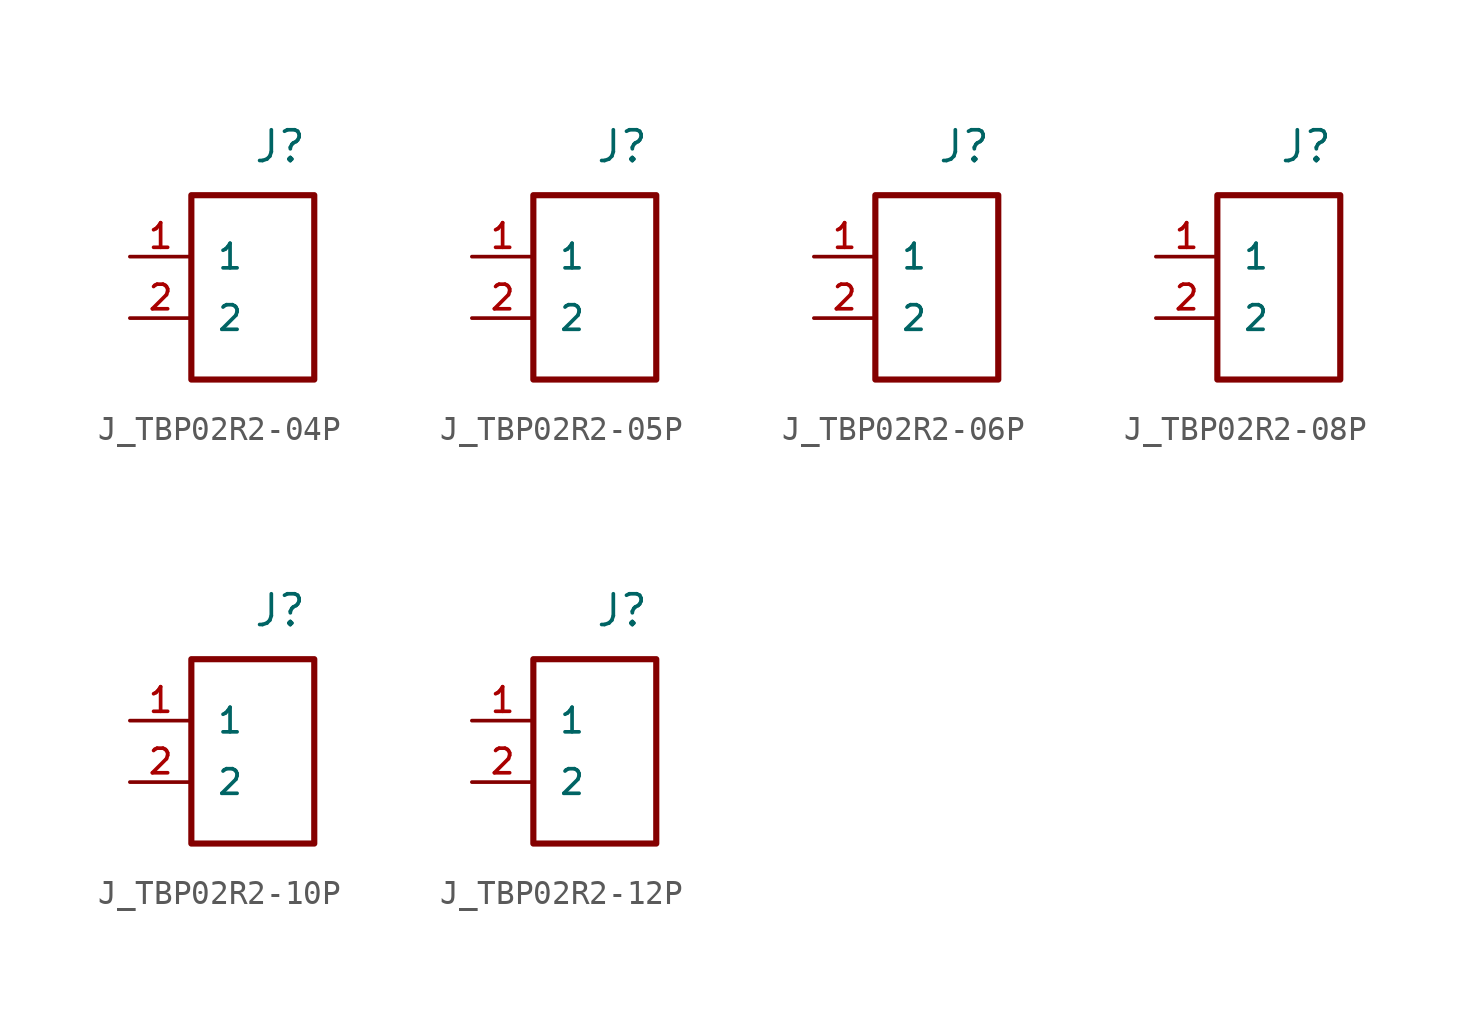
<source format=kicad_sym>
(kicad_symbol_lib
  (version 20231120)
  (generator "kicad_symbol_editor")
  (generator_version "8.0")
  (symbol "J_TBP02R2-04P"
    (pin_names
      (offset 1.016))
    (property "Reference" "J"
      (at 0 5.08 0)
      (effects (font (size 1.27 1.27)) (justify left bottom)))
    (symbol "J_TBP02R2-04P_0_0"
      (pin passive line (at -5.08 1.27 0) (length 2.54) (name "1" (effects (font (size 1.016 1.016)))) (number "1" (effects (font (size 1.016 1.016)))))
      (pin passive line (at -5.08 -1.27 0) (length 2.54) (name "2" (effects (font (size 1.016 1.016)))) (number "2" (effects (font (size 1.016 1.016))))))
    (symbol "J_TBP02R2-04P_1_0"
      (rectangle (start -2.54 3.81) (end 2.54 -3.81) (stroke (width 0.254) (type solid)) (fill (type none)))))
  (symbol "J_TBP02R2-05P"
    (pin_names
      (offset 1.016))
    (property "Reference" "J"
      (at 0 5.08 0)
      (effects (font (size 1.27 1.27)) (justify left bottom)))
    (symbol "J_TBP02R2-05P_0_0"
      (pin passive line (at -5.08 1.27 0) (length 2.54) (name "1" (effects (font (size 1.016 1.016)))) (number "1" (effects (font (size 1.016 1.016)))))
      (pin passive line (at -5.08 -1.27 0) (length 2.54) (name "2" (effects (font (size 1.016 1.016)))) (number "2" (effects (font (size 1.016 1.016))))))
    (symbol "J_TBP02R2-05P_1_0"
      (rectangle (start -2.54 3.81) (end 2.54 -3.81) (stroke (width 0.254) (type solid)) (fill (type none)))))
  (symbol "J_TBP02R2-06P"
    (pin_names
      (offset 1.016))
    (property "Reference" "J"
      (at 0 5.08 0)
      (effects (font (size 1.27 1.27)) (justify left bottom)))
    (symbol "J_TBP02R2-06P_0_0"
      (pin passive line (at -5.08 1.27 0) (length 2.54) (name "1" (effects (font (size 1.016 1.016)))) (number "1" (effects (font (size 1.016 1.016)))))
      (pin passive line (at -5.08 -1.27 0) (length 2.54) (name "2" (effects (font (size 1.016 1.016)))) (number "2" (effects (font (size 1.016 1.016))))))
    (symbol "J_TBP02R2-06P_1_0"
      (rectangle (start -2.54 3.81) (end 2.54 -3.81) (stroke (width 0.254) (type solid)) (fill (type none)))))
  (symbol "J_TBP02R2-08P"
    (pin_names
      (offset 1.016))
    (property "Reference" "J"
      (at 0 5.08 0)
      (effects (font (size 1.27 1.27)) (justify left bottom)))
    (symbol "J_TBP02R2-08P_0_0"
      (pin passive line (at -5.08 1.27 0) (length 2.54) (name "1" (effects (font (size 1.016 1.016)))) (number "1" (effects (font (size 1.016 1.016)))))
      (pin passive line (at -5.08 -1.27 0) (length 2.54) (name "2" (effects (font (size 1.016 1.016)))) (number "2" (effects (font (size 1.016 1.016))))))
    (symbol "J_TBP02R2-08P_1_0"
      (rectangle (start -2.54 3.81) (end 2.54 -3.81) (stroke (width 0.254) (type solid)) (fill (type none)))))
  (symbol "J_TBP02R2-10P"
    (pin_names
      (offset 1.016))
    (property "Reference" "J"
      (at 0 5.08 0)
      (effects (font (size 1.27 1.27)) (justify left bottom)))
    (symbol "J_TBP02R2-10P_0_0"
      (pin passive line (at -5.08 1.27 0) (length 2.54) (name "1" (effects (font (size 1.016 1.016)))) (number "1" (effects (font (size 1.016 1.016)))))
      (pin passive line (at -5.08 -1.27 0) (length 2.54) (name "2" (effects (font (size 1.016 1.016)))) (number "2" (effects (font (size 1.016 1.016))))))
    (symbol "J_TBP02R2-10P_1_0"
      (rectangle (start -2.54 3.81) (end 2.54 -3.81) (stroke (width 0.254) (type solid)) (fill (type none)))))
  (symbol "J_TBP02R2-12P"
    (pin_names
      (offset 1.016))
    (property "Reference" "J"
      (at 0 5.08 0)
      (effects (font (size 1.27 1.27)) (justify left bottom)))
    (symbol "J_TBP02R2-12P_0_0"
      (pin passive line (at -5.08 1.27 0) (length 2.54) (name "1" (effects (font (size 1.016 1.016)))) (number "1" (effects (font (size 1.016 1.016)))))
      (pin passive line (at -5.08 -1.27 0) (length 2.54) (name "2" (effects (font (size 1.016 1.016)))) (number "2" (effects (font (size 1.016 1.016))))))
    (symbol "J_TBP02R2-12P_1_0"
      (rectangle (start -2.54 3.81) (end 2.54 -3.81) (stroke (width 0.254) (type solid)) (fill (type none))))))
</source>
